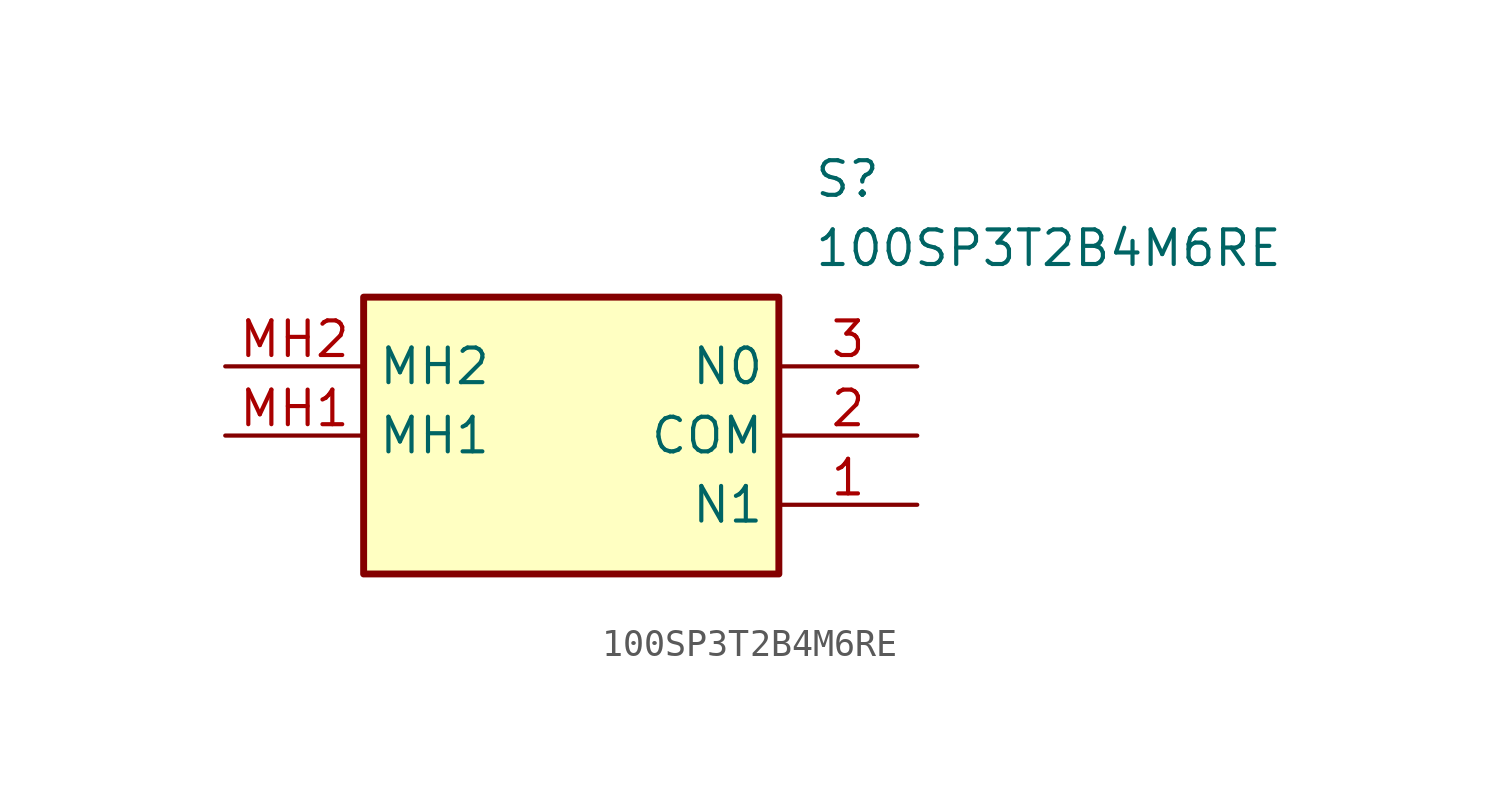
<source format=kicad_sym>
(kicad_symbol_lib
  (version 20241209)
  (generator "kicad_symbol_editor")
  (generator_version "9.0")
  (symbol "100SP3T2B4M6RE"
    (property "Reference" "S"
      (at 21.59 7.62 0)
      (effects (font (size 1.27 1.27)) (justify left top)))
    (property "Value" "100SP3T2B4M6RE"
      (at 21.59 5.08 0)
      (effects (font (size 1.27 1.27)) (justify left top)))
    (symbol "100SP3T2B4M6RE_1_1"
      (rectangle (start 5.08 2.54) (end 20.32 -7.62) (stroke (width 0.254) (type default)) (fill (type background)))
      (pin passive line (at 0 0 0) (length 5.08) (name "MH2" (effects (font (size 1.27 1.27)))) (number "MH2" (effects (font (size 1.27 1.27)))))
      (pin passive line (at 0 -2.54 0) (length 5.08) (name "MH1" (effects (font (size 1.27 1.27)))) (number "MH1" (effects (font (size 1.27 1.27)))))
      (pin passive line (at 25.4 0 180) (length 5.08) (name "N0" (effects (font (size 1.27 1.27)))) (number "3" (effects (font (size 1.27 1.27)))))
      (pin passive line (at 25.4 -2.54 180) (length 5.08) (name "COM" (effects (font (size 1.27 1.27)))) (number "2" (effects (font (size 1.27 1.27)))))
      (pin passive line (at 25.4 -5.08 180) (length 5.08) (name "N1" (effects (font (size 1.27 1.27)))) (number "1" (effects (font (size 1.27 1.27))))))))
</source>
